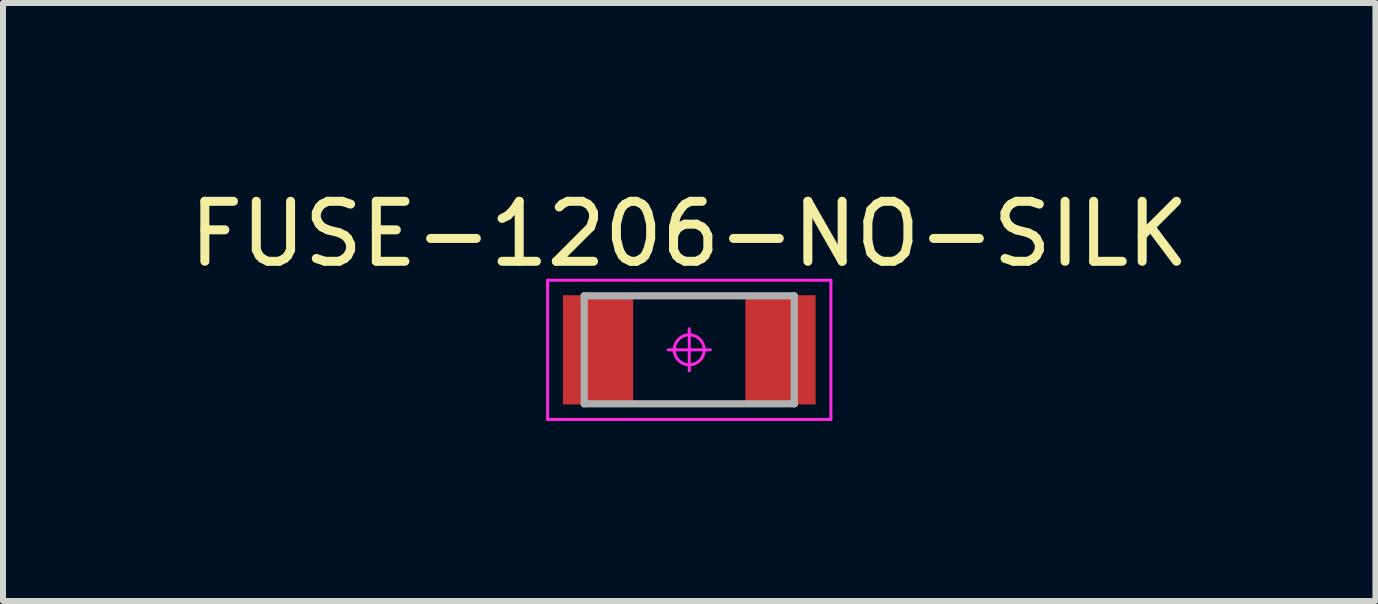
<source format=kicad_pcb>
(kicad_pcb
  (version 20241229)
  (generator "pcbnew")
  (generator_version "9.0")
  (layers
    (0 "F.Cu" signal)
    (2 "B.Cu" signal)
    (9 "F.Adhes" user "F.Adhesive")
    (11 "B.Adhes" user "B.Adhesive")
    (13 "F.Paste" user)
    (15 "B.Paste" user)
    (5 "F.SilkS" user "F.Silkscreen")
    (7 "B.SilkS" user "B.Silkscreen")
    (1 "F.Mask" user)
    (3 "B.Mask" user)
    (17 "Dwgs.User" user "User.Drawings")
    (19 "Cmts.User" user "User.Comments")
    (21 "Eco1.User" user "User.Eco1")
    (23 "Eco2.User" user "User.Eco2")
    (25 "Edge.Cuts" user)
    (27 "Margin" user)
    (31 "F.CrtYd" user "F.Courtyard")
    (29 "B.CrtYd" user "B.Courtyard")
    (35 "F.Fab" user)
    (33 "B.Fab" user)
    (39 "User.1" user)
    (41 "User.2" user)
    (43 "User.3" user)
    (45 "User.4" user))
  (footprint "FUSE-1206-NO-SILK"
    (layer "F.Cu")
    (at 8.435 2.779)
    (property "Reference" "FUSE-1206-NO-SILK" (at 0 -1.93 0) (layer "F.SilkS") (effects (font (size 1 1) (thickness 0.15))))
    (attr through_hole)
    (fp_line (start -2.36 -1.16) (end -2.36 1.16) (stroke (width 0.05) (type solid)) (layer "F.CrtYd"))
    (fp_line (start -2.36 1.16) (end 2.36 1.16) (stroke (width 0.05) (type solid)) (layer "F.CrtYd"))
    (fp_line (start 0 -0.35) (end 0 0.35) (stroke (width 0.05) (type solid)) (layer "F.CrtYd"))
    (fp_line (start 0.35 0) (end -0.35 0) (stroke (width 0.05) (type solid)) (layer "F.CrtYd"))
    (fp_line (start 2.36 -1.16) (end -2.36 -1.16) (stroke (width 0.05) (type solid)) (layer "F.CrtYd"))
    (fp_line (start 2.36 1.16) (end 2.36 -1.16) (stroke (width 0.05) (type solid)) (layer "F.CrtYd"))
    (fp_circle (center 0 0) (end -0.25 0) (stroke (width 0.05) (type solid)) (fill no) (layer "F.CrtYd"))
    (fp_line (start -1.75 -0.9) (end -1.75 0.9) (stroke (width 0.12) (type solid)) (layer "F.Fab"))
    (fp_line (start -1.75 0.9) (end 1.75 0.9) (stroke (width 0.12) (type solid)) (layer "F.Fab"))
    (fp_line (start 1.75 -0.9) (end -1.75 -0.9) (stroke (width 0.12) (type solid)) (layer "F.Fab"))
    (fp_line (start 1.75 0.9) (end 1.75 -0.9) (stroke (width 0.12) (type solid)) (layer "F.Fab"))
    (pad "1" smd rect (at -1.52 0 90) (size 1.82 1.17) (layers "F.Cu" "F.Mask" "F.Paste"))
    (pad "2" smd rect (at 1.52 0 90) (size 1.82 1.17) (layers "F.Cu" "F.Mask" "F.Paste")))
  (gr_rect
    (start -3 -3)
    (end 19.869 6.964)
    (stroke (width 0.1) (type default))
    (fill no)
    (layer "Edge.Cuts")))
</source>
